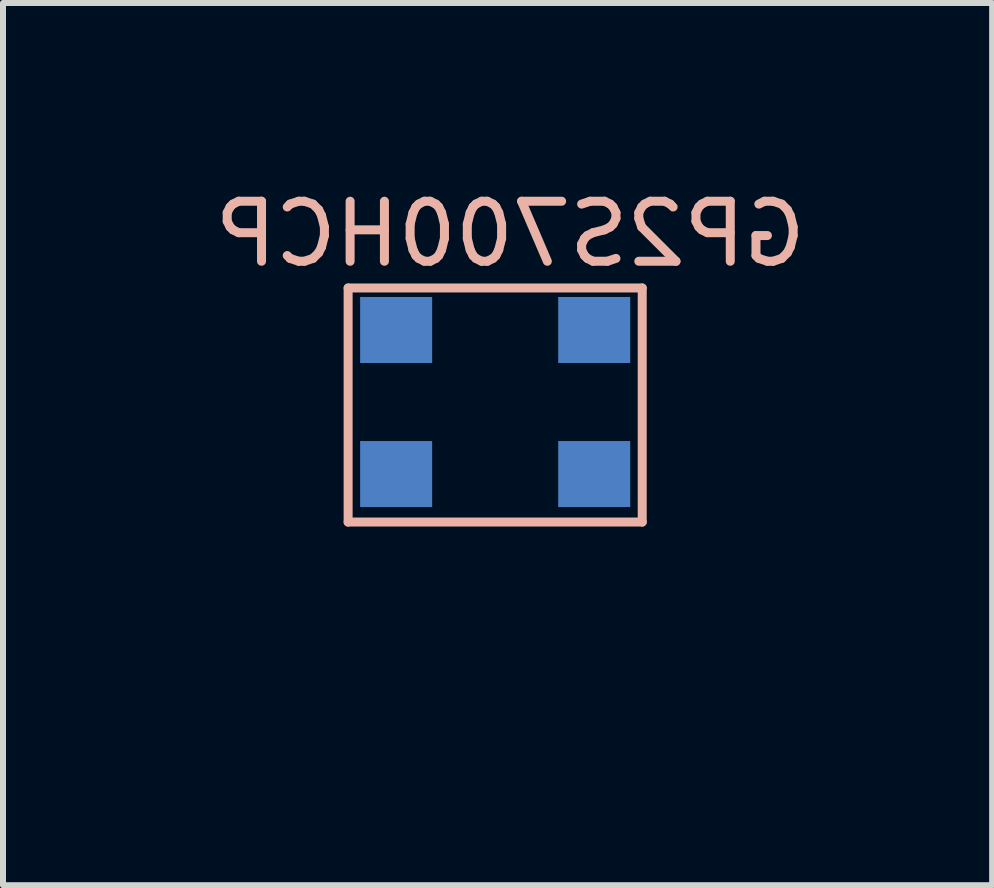
<source format=kicad_pcb>
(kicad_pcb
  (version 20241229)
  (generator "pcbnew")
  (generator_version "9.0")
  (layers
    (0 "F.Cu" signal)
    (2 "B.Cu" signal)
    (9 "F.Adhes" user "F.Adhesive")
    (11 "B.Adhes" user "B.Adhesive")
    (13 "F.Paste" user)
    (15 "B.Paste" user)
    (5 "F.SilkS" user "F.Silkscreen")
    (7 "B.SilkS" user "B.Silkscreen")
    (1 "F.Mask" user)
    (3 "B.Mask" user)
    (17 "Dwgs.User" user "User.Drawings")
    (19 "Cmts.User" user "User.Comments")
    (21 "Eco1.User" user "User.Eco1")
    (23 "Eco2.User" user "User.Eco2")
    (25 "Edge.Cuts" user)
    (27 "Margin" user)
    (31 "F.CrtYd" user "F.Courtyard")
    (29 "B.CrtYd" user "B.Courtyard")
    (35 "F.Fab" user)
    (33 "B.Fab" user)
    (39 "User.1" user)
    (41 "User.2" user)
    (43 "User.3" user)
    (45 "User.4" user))
  (footprint "GP2S700HCP"
    (layer "F.Cu")
    (at 0.25 8.448)
    (property "Reference" "GP2S700HCP" (at 5.2 -7.6 0) (layer "B.SilkS") (effects (font (size 1 1) (thickness 0.15)) (justify mirror)))
    (attr through_hole)
    (fp_line (start 2.5 -6.7) (end 7.4 -6.7) (stroke (width 0.15) (type solid)) (layer "B.SilkS"))
    (fp_line (start 2.5 -2.8) (end 2.5 -6.7) (stroke (width 0.15) (type solid)) (layer "B.SilkS"))
    (fp_line (start 7.4 -6.7) (end 7.4 -2.8) (stroke (width 0.15) (type solid)) (layer "B.SilkS"))
    (fp_line (start 7.4 -2.8) (end 2.5 -2.8) (stroke (width 0.15) (type solid)) (layer "B.SilkS"))
    (pad "1" smd rect (at 3.3 -6) (size 1.2 1.1) (layers "B.Cu" "B.Mask" "B.Paste"))
    (pad "2" smd rect (at 3.3 -3.6) (size 1.2 1.1) (layers "B.Cu" "B.Mask" "B.Paste"))
    (pad "3" smd rect (at 6.6 -3.6) (size 1.2 1.1) (layers "B.Cu" "B.Mask" "B.Paste"))
    (pad "4" smd rect (at 6.6 -6) (size 1.2 1.1) (layers "B.Cu" "B.Mask" "B.Paste")))
  (gr_rect
    (start -3 -3)
    (end 13.48 11.698)
    (stroke (width 0.1) (type default))
    (fill no)
    (layer "Edge.Cuts")))
</source>
